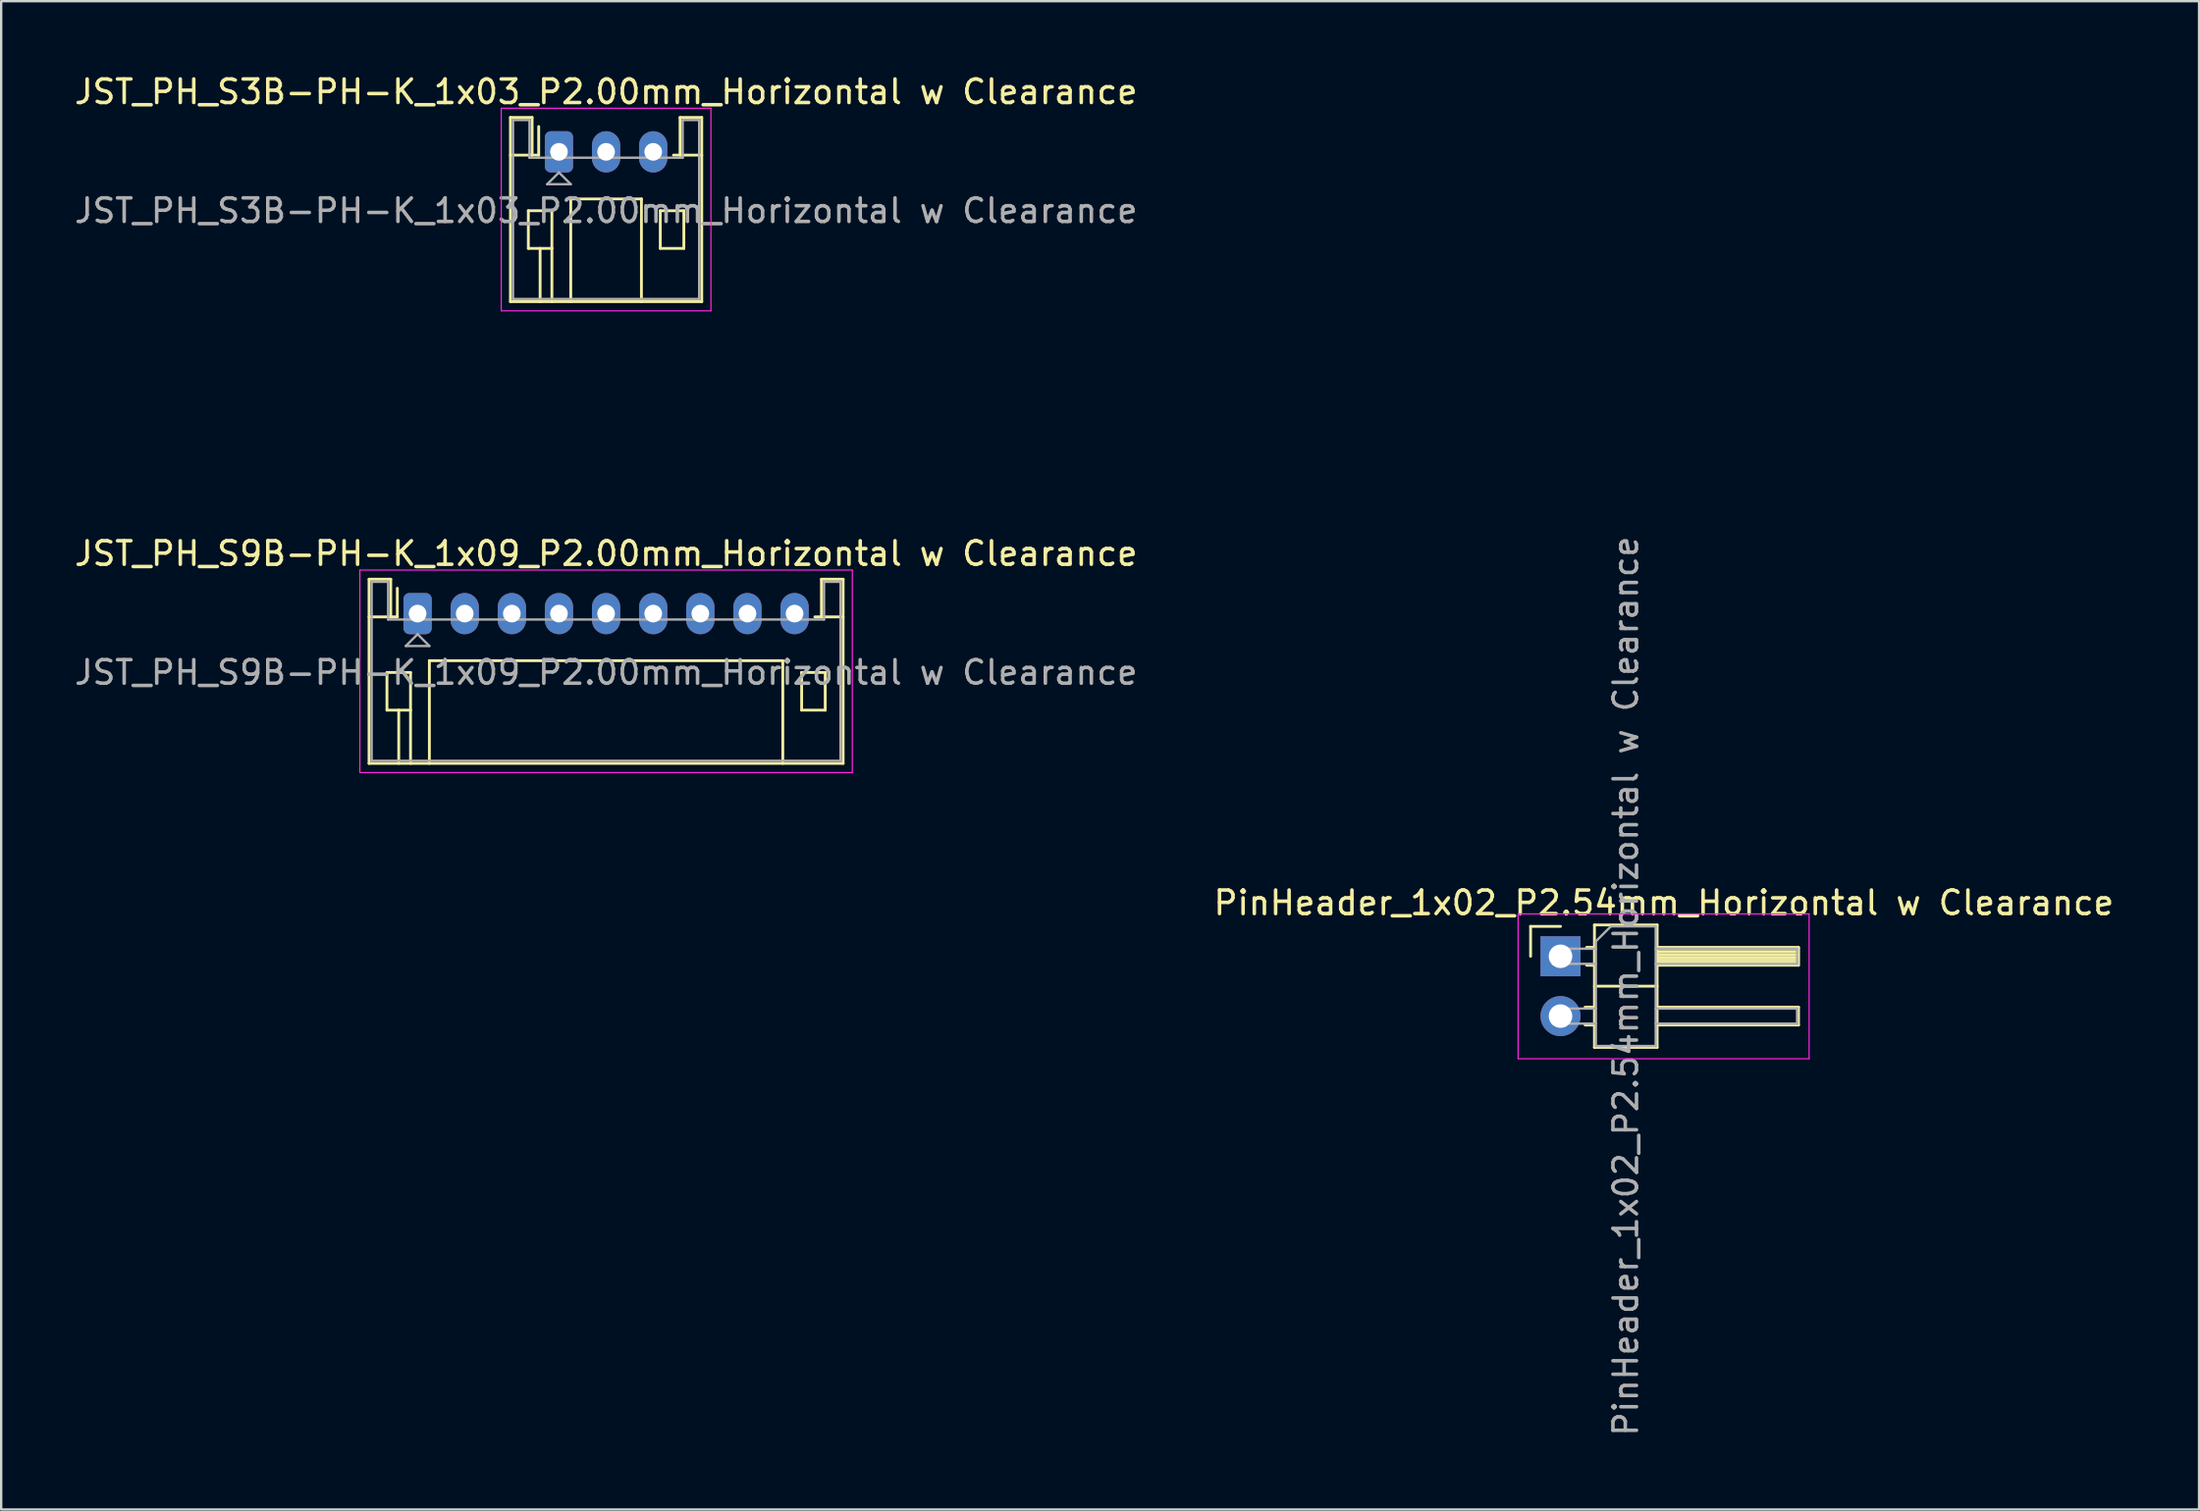
<source format=kicad_pcb>
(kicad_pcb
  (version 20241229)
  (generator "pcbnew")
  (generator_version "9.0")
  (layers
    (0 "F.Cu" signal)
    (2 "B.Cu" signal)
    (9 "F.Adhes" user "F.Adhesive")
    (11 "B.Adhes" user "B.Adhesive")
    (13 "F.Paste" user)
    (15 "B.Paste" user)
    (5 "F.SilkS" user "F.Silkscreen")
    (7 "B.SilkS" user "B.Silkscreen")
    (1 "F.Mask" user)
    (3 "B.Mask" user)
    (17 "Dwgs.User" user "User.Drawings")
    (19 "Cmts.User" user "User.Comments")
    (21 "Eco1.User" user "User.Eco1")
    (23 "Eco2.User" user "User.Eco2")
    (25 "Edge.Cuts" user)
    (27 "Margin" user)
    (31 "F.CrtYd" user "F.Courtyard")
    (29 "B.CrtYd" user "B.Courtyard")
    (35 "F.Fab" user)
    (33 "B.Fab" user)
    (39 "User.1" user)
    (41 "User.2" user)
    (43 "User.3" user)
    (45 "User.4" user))
  (footprint "JST_PH_S9B-PH-K_1x09_P2.00mm_Horizontal w Clearance"
    (layer "F.Cu")
    (at 14.673 23.006)
    (property "Reference" "JST_PH_S9B-PH-K_1x09_P2.00mm_Horizontal w Clearance" (at 8 -2.55 0) (layer "F.SilkS") (effects (font (size 1 1) (thickness 0.15))))
    (attr through_hole)
    (fp_line (start -2.06 -1.46) (end -2.06 6.36) (stroke (width 0.12) (type solid)) (layer "F.SilkS"))
    (fp_line (start -2.06 0.14) (end -1.14 0.14) (stroke (width 0.12) (type solid)) (layer "F.SilkS"))
    (fp_line (start -2.06 6.36) (end 18.06 6.36) (stroke (width 0.12) (type solid)) (layer "F.SilkS"))
    (fp_line (start -1.3 2.5) (end -1.3 4.1) (stroke (width 0.12) (type solid)) (layer "F.SilkS"))
    (fp_line (start -1.3 4.1) (end -0.3 4.1) (stroke (width 0.12) (type solid)) (layer "F.SilkS"))
    (fp_line (start -1.14 -1.46) (end -2.06 -1.46) (stroke (width 0.12) (type solid)) (layer "F.SilkS"))
    (fp_line (start -1.14 0.14) (end -1.14 -1.46) (stroke (width 0.12) (type solid)) (layer "F.SilkS"))
    (fp_line (start -0.86 0.14) (end -1.14 0.14) (stroke (width 0.12) (type solid)) (layer "F.SilkS"))
    (fp_line (start -0.86 0.14) (end -0.86 -1.075) (stroke (width 0.12) (type solid)) (layer "F.SilkS"))
    (fp_line (start -0.8 4.1) (end -0.8 6.36) (stroke (width 0.12) (type solid)) (layer "F.SilkS"))
    (fp_line (start -0.3 2.5) (end -1.3 2.5) (stroke (width 0.12) (type solid)) (layer "F.SilkS"))
    (fp_line (start -0.3 4.1) (end -0.3 2.5) (stroke (width 0.12) (type solid)) (layer "F.SilkS"))
    (fp_line (start -0.3 4.1) (end -0.3 6.36) (stroke (width 0.12) (type solid)) (layer "F.SilkS"))
    (fp_line (start 0.5 2) (end 15.5 2) (stroke (width 0.12) (type solid)) (layer "F.SilkS"))
    (fp_line (start 0.5 6.36) (end 0.5 2) (stroke (width 0.12) (type solid)) (layer "F.SilkS"))
    (fp_line (start 15.5 2) (end 15.5 6.36) (stroke (width 0.12) (type solid)) (layer "F.SilkS"))
    (fp_line (start 16.3 2.5) (end 17.3 2.5) (stroke (width 0.12) (type solid)) (layer "F.SilkS"))
    (fp_line (start 16.3 4.1) (end 16.3 2.5) (stroke (width 0.12) (type solid)) (layer "F.SilkS"))
    (fp_line (start 17.14 -1.46) (end 17.14 0.14) (stroke (width 0.12) (type solid)) (layer "F.SilkS"))
    (fp_line (start 17.14 0.14) (end 16.86 0.14) (stroke (width 0.12) (type solid)) (layer "F.SilkS"))
    (fp_line (start 17.3 2.5) (end 17.3 4.1) (stroke (width 0.12) (type solid)) (layer "F.SilkS"))
    (fp_line (start 17.3 4.1) (end 16.3 4.1) (stroke (width 0.12) (type solid)) (layer "F.SilkS"))
    (fp_line (start 18.06 -1.46) (end 17.14 -1.46) (stroke (width 0.12) (type solid)) (layer "F.SilkS"))
    (fp_line (start 18.06 0.14) (end 17.14 0.14) (stroke (width 0.12) (type solid)) (layer "F.SilkS"))
    (fp_line (start 18.06 6.36) (end 18.06 -1.46) (stroke (width 0.12) (type solid)) (layer "F.SilkS"))
    (fp_line (start -2.45 -1.85) (end -2.45 6.75) (stroke (width 0.05) (type solid)) (layer "F.CrtYd"))
    (fp_line (start -2.45 6.75) (end 18.45 6.75) (stroke (width 0.05) (type solid)) (layer "F.CrtYd"))
    (fp_line (start 18.45 -1.85) (end -2.45 -1.85) (stroke (width 0.05) (type solid)) (layer "F.CrtYd"))
    (fp_line (start 18.45 6.75) (end 18.45 -1.85) (stroke (width 0.05) (type solid)) (layer "F.CrtYd"))
    (fp_line (start -1.95 -1.35) (end -1.95 6.25) (stroke (width 0.1) (type solid)) (layer "F.Fab"))
    (fp_line (start -1.95 6.25) (end 17.95 6.25) (stroke (width 0.1) (type solid)) (layer "F.Fab"))
    (fp_line (start -1.25 -1.35) (end -1.95 -1.35) (stroke (width 0.1) (type solid)) (layer "F.Fab"))
    (fp_line (start -1.25 0.25) (end -1.25 -1.35) (stroke (width 0.1) (type solid)) (layer "F.Fab"))
    (fp_line (start -0.5 1.375) (end 0.5 1.375) (stroke (width 0.1) (type solid)) (layer "F.Fab"))
    (fp_line (start 0 0.875) (end -0.5 1.375) (stroke (width 0.1) (type solid)) (layer "F.Fab"))
    (fp_line (start 0.5 1.375) (end 0 0.875) (stroke (width 0.1) (type solid)) (layer "F.Fab"))
    (fp_line (start 17.25 -1.35) (end 17.25 0.25) (stroke (width 0.1) (type solid)) (layer "F.Fab"))
    (fp_line (start 17.25 0.25) (end -1.25 0.25) (stroke (width 0.1) (type solid)) (layer "F.Fab"))
    (fp_line (start 17.95 -1.35) (end 17.25 -1.35) (stroke (width 0.1) (type solid)) (layer "F.Fab"))
    (fp_line (start 17.95 6.25) (end 17.95 -1.35) (stroke (width 0.1) (type solid)) (layer "F.Fab"))
    (fp_text user "${REFERENCE}" (at 8 2.5 0) (layer "F.Fab") (effects (font (size 1 1) (thickness 0.15))))
    (pad "1" thru_hole roundrect (at 0 0) (size 1.2 1.75) (drill 0.75) (layers "*.Cu" "*.Mask") (roundrect_rratio 0.208))
    (pad "2" thru_hole oval (at 2 0) (size 1.2 1.75) (drill 0.75) (layers "*.Cu" "*.Mask"))
    (pad "3" thru_hole oval (at 4 0) (size 1.2 1.75) (drill 0.75) (layers "*.Cu" "*.Mask"))
    (pad "4" thru_hole oval (at 6 0) (size 1.2 1.75) (drill 0.75) (layers "*.Cu" "*.Mask"))
    (pad "5" thru_hole oval (at 8 0) (size 1.2 1.75) (drill 0.75) (layers "*.Cu" "*.Mask"))
    (pad "6" thru_hole oval (at 10 0) (size 1.2 1.75) (drill 0.75) (layers "*.Cu" "*.Mask"))
    (pad "7" thru_hole oval (at 12 0) (size 1.2 1.75) (drill 0.75) (layers "*.Cu" "*.Mask"))
    (pad "8" thru_hole oval (at 14 0) (size 1.2 1.75) (drill 0.75) (layers "*.Cu" "*.Mask"))
    (pad "9" thru_hole oval (at 16 0) (size 1.2 1.75) (drill 0.75) (layers "*.Cu" "*.Mask"))
    (zone (net_name "") (layers "F.Cu" "F.SilkS") (name "Socket Clearance") (hatch full 0.5) (connect_pads) (min_thickness 0.25) (filled_areas_thickness no) (keepout (tracks allowed) (vias allowed) (pads allowed) (copperpour allowed) (footprints not_allowed)) (placement (enabled no)) (fill) (polygon (pts (xy 12.613 29.366) (xy 12.613 36.217) (xy 32.733 36.217) (xy 32.733 29.366)))))
  (footprint "JST_PH_S3B-PH-K_1x03_P2.00mm_Horizontal w Clearance"
    (layer "F.Cu")
    (at 20.673 3.398)
    (property "Reference" "JST_PH_S3B-PH-K_1x03_P2.00mm_Horizontal w Clearance" (at 2 -2.55 0) (layer "F.SilkS") (effects (font (size 1 1) (thickness 0.15))))
    (attr through_hole)
    (fp_line (start -2.06 -1.46) (end -2.06 6.36) (stroke (width 0.12) (type solid)) (layer "F.SilkS"))
    (fp_line (start -2.06 0.14) (end -1.14 0.14) (stroke (width 0.12) (type solid)) (layer "F.SilkS"))
    (fp_line (start -2.06 6.36) (end 6.06 6.36) (stroke (width 0.12) (type solid)) (layer "F.SilkS"))
    (fp_line (start -1.3 2.5) (end -1.3 4.1) (stroke (width 0.12) (type solid)) (layer "F.SilkS"))
    (fp_line (start -1.3 4.1) (end -0.3 4.1) (stroke (width 0.12) (type solid)) (layer "F.SilkS"))
    (fp_line (start -1.14 -1.46) (end -2.06 -1.46) (stroke (width 0.12) (type solid)) (layer "F.SilkS"))
    (fp_line (start -1.14 0.14) (end -1.14 -1.46) (stroke (width 0.12) (type solid)) (layer "F.SilkS"))
    (fp_line (start -0.86 0.14) (end -1.14 0.14) (stroke (width 0.12) (type solid)) (layer "F.SilkS"))
    (fp_line (start -0.86 0.14) (end -0.86 -1.075) (stroke (width 0.12) (type solid)) (layer "F.SilkS"))
    (fp_line (start -0.8 4.1) (end -0.8 6.36) (stroke (width 0.12) (type solid)) (layer "F.SilkS"))
    (fp_line (start -0.3 2.5) (end -1.3 2.5) (stroke (width 0.12) (type solid)) (layer "F.SilkS"))
    (fp_line (start -0.3 4.1) (end -0.3 2.5) (stroke (width 0.12) (type solid)) (layer "F.SilkS"))
    (fp_line (start -0.3 4.1) (end -0.3 6.36) (stroke (width 0.12) (type solid)) (layer "F.SilkS"))
    (fp_line (start 0.5 2) (end 3.5 2) (stroke (width 0.12) (type solid)) (layer "F.SilkS"))
    (fp_line (start 0.5 6.36) (end 0.5 2) (stroke (width 0.12) (type solid)) (layer "F.SilkS"))
    (fp_line (start 3.5 2) (end 3.5 6.36) (stroke (width 0.12) (type solid)) (layer "F.SilkS"))
    (fp_line (start 4.3 2.5) (end 5.3 2.5) (stroke (width 0.12) (type solid)) (layer "F.SilkS"))
    (fp_line (start 4.3 4.1) (end 4.3 2.5) (stroke (width 0.12) (type solid)) (layer "F.SilkS"))
    (fp_line (start 5.14 -1.46) (end 5.14 0.14) (stroke (width 0.12) (type solid)) (layer "F.SilkS"))
    (fp_line (start 5.14 0.14) (end 4.86 0.14) (stroke (width 0.12) (type solid)) (layer "F.SilkS"))
    (fp_line (start 5.3 2.5) (end 5.3 4.1) (stroke (width 0.12) (type solid)) (layer "F.SilkS"))
    (fp_line (start 5.3 4.1) (end 4.3 4.1) (stroke (width 0.12) (type solid)) (layer "F.SilkS"))
    (fp_line (start 6.06 -1.46) (end 5.14 -1.46) (stroke (width 0.12) (type solid)) (layer "F.SilkS"))
    (fp_line (start 6.06 0.14) (end 5.14 0.14) (stroke (width 0.12) (type solid)) (layer "F.SilkS"))
    (fp_line (start 6.06 6.36) (end 6.06 -1.46) (stroke (width 0.12) (type solid)) (layer "F.SilkS"))
    (fp_line (start -2.45 -1.85) (end -2.45 6.75) (stroke (width 0.05) (type solid)) (layer "F.CrtYd"))
    (fp_line (start -2.45 6.75) (end 6.45 6.75) (stroke (width 0.05) (type solid)) (layer "F.CrtYd"))
    (fp_line (start 6.45 -1.85) (end -2.45 -1.85) (stroke (width 0.05) (type solid)) (layer "F.CrtYd"))
    (fp_line (start 6.45 6.75) (end 6.45 -1.85) (stroke (width 0.05) (type solid)) (layer "F.CrtYd"))
    (fp_line (start -1.95 -1.35) (end -1.95 6.25) (stroke (width 0.1) (type solid)) (layer "F.Fab"))
    (fp_line (start -1.95 6.25) (end 5.95 6.25) (stroke (width 0.1) (type solid)) (layer "F.Fab"))
    (fp_line (start -1.25 -1.35) (end -1.95 -1.35) (stroke (width 0.1) (type solid)) (layer "F.Fab"))
    (fp_line (start -1.25 0.25) (end -1.25 -1.35) (stroke (width 0.1) (type solid)) (layer "F.Fab"))
    (fp_line (start -0.5 1.375) (end 0.5 1.375) (stroke (width 0.1) (type solid)) (layer "F.Fab"))
    (fp_line (start 0 0.875) (end -0.5 1.375) (stroke (width 0.1) (type solid)) (layer "F.Fab"))
    (fp_line (start 0.5 1.375) (end 0 0.875) (stroke (width 0.1) (type solid)) (layer "F.Fab"))
    (fp_line (start 5.25 -1.35) (end 5.25 0.25) (stroke (width 0.1) (type solid)) (layer "F.Fab"))
    (fp_line (start 5.25 0.25) (end -1.25 0.25) (stroke (width 0.1) (type solid)) (layer "F.Fab"))
    (fp_line (start 5.95 -1.35) (end 5.25 -1.35) (stroke (width 0.1) (type solid)) (layer "F.Fab"))
    (fp_line (start 5.95 6.25) (end 5.95 -1.35) (stroke (width 0.1) (type solid)) (layer "F.Fab"))
    (fp_text user "${REFERENCE}" (at 2 2.5 0) (layer "F.Fab") (effects (font (size 1 1) (thickness 0.15))))
    (pad "1" thru_hole roundrect (at 0 0) (size 1.2 1.75) (drill 0.75) (layers "*.Cu" "*.Mask") (roundrect_rratio 0.208))
    (pad "2" thru_hole oval (at 2 0) (size 1.2 1.75) (drill 0.75) (layers "*.Cu" "*.Mask"))
    (pad "3" thru_hole oval (at 4 0) (size 1.2 1.75) (drill 0.75) (layers "*.Cu" "*.Mask"))
    (zone (net_name "") (layers "F.Cu" "F.SilkS") (name "Socket Clearance") (hatch full 0.5) (connect_pads) (min_thickness 0.25) (filled_areas_thickness no) (keepout (tracks allowed) (vias allowed) (pads allowed) (copperpour allowed) (footprints not_allowed)) (placement (enabled no)) (fill) (polygon (pts (xy 18.603 9.758) (xy 26.733 9.758) (xy 26.733 16.608) (xy 18.603 16.608)))))
  (footprint "PinHeader_1x02_P2.54mm_Horizontal w Clearance"
    (layer "F.Cu")
    (at 63.18 37.558)
    (property "Reference" "PinHeader_1x02_P2.54mm_Horizontal w Clearance" (at 4.385 -2.27 0) (layer "F.SilkS") (effects (font (size 1 1) (thickness 0.15))))
    (attr through_hole)
    (fp_line (start -1.27 -1.27) (end 0 -1.27) (stroke (width 0.12) (type solid)) (layer "F.SilkS"))
    (fp_line (start -1.27 0) (end -1.27 -1.27) (stroke (width 0.12) (type solid)) (layer "F.SilkS"))
    (fp_line (start 1.043 2.16) (end 1.44 2.16) (stroke (width 0.12) (type solid)) (layer "F.SilkS"))
    (fp_line (start 1.043 2.92) (end 1.44 2.92) (stroke (width 0.12) (type solid)) (layer "F.SilkS"))
    (fp_line (start 1.11 -0.38) (end 1.44 -0.38) (stroke (width 0.12) (type solid)) (layer "F.SilkS"))
    (fp_line (start 1.11 0.38) (end 1.44 0.38) (stroke (width 0.12) (type solid)) (layer "F.SilkS"))
    (fp_line (start 1.44 -1.33) (end 1.44 3.87) (stroke (width 0.12) (type solid)) (layer "F.SilkS"))
    (fp_line (start 1.44 1.27) (end 4.1 1.27) (stroke (width 0.12) (type solid)) (layer "F.SilkS"))
    (fp_line (start 1.44 3.87) (end 4.1 3.87) (stroke (width 0.12) (type solid)) (layer "F.SilkS"))
    (fp_line (start 4.1 -1.33) (end 1.44 -1.33) (stroke (width 0.12) (type solid)) (layer "F.SilkS"))
    (fp_line (start 4.1 -0.38) (end 10.1 -0.38) (stroke (width 0.12) (type solid)) (layer "F.SilkS"))
    (fp_line (start 4.1 -0.32) (end 10.1 -0.32) (stroke (width 0.12) (type solid)) (layer "F.SilkS"))
    (fp_line (start 4.1 -0.2) (end 10.1 -0.2) (stroke (width 0.12) (type solid)) (layer "F.SilkS"))
    (fp_line (start 4.1 -0.08) (end 10.1 -0.08) (stroke (width 0.12) (type solid)) (layer "F.SilkS"))
    (fp_line (start 4.1 0.04) (end 10.1 0.04) (stroke (width 0.12) (type solid)) (layer "F.SilkS"))
    (fp_line (start 4.1 0.16) (end 10.1 0.16) (stroke (width 0.12) (type solid)) (layer "F.SilkS"))
    (fp_line (start 4.1 0.28) (end 10.1 0.28) (stroke (width 0.12) (type solid)) (layer "F.SilkS"))
    (fp_line (start 4.1 2.16) (end 10.1 2.16) (stroke (width 0.12) (type solid)) (layer "F.SilkS"))
    (fp_line (start 4.1 3.87) (end 4.1 -1.33) (stroke (width 0.12) (type solid)) (layer "F.SilkS"))
    (fp_line (start 10.1 -0.38) (end 10.1 0.38) (stroke (width 0.12) (type solid)) (layer "F.SilkS"))
    (fp_line (start 10.1 0.38) (end 4.1 0.38) (stroke (width 0.12) (type solid)) (layer "F.SilkS"))
    (fp_line (start 10.1 2.16) (end 10.1 2.92) (stroke (width 0.12) (type solid)) (layer "F.SilkS"))
    (fp_line (start 10.1 2.92) (end 4.1 2.92) (stroke (width 0.12) (type solid)) (layer "F.SilkS"))
    (fp_line (start -1.8 -1.8) (end -1.8 4.35) (stroke (width 0.05) (type solid)) (layer "F.CrtYd"))
    (fp_line (start -1.8 4.35) (end 10.55 4.35) (stroke (width 0.05) (type solid)) (layer "F.CrtYd"))
    (fp_line (start 10.55 -1.8) (end -1.8 -1.8) (stroke (width 0.05) (type solid)) (layer "F.CrtYd"))
    (fp_line (start 10.55 4.35) (end 10.55 -1.8) (stroke (width 0.05) (type solid)) (layer "F.CrtYd"))
    (fp_line (start -0.32 -0.32) (end -0.32 0.32) (stroke (width 0.1) (type solid)) (layer "F.Fab"))
    (fp_line (start -0.32 -0.32) (end 1.5 -0.32) (stroke (width 0.1) (type solid)) (layer "F.Fab"))
    (fp_line (start -0.32 0.32) (end 1.5 0.32) (stroke (width 0.1) (type solid)) (layer "F.Fab"))
    (fp_line (start -0.32 2.22) (end -0.32 2.86) (stroke (width 0.1) (type solid)) (layer "F.Fab"))
    (fp_line (start -0.32 2.22) (end 1.5 2.22) (stroke (width 0.1) (type solid)) (layer "F.Fab"))
    (fp_line (start -0.32 2.86) (end 1.5 2.86) (stroke (width 0.1) (type solid)) (layer "F.Fab"))
    (fp_line (start 1.5 -0.635) (end 2.135 -1.27) (stroke (width 0.1) (type solid)) (layer "F.Fab"))
    (fp_line (start 1.5 3.81) (end 1.5 -0.635) (stroke (width 0.1) (type solid)) (layer "F.Fab"))
    (fp_line (start 2.135 -1.27) (end 4.04 -1.27) (stroke (width 0.1) (type solid)) (layer "F.Fab"))
    (fp_line (start 4.04 -1.27) (end 4.04 3.81) (stroke (width 0.1) (type solid)) (layer "F.Fab"))
    (fp_line (start 4.04 -0.32) (end 10.04 -0.32) (stroke (width 0.1) (type solid)) (layer "F.Fab"))
    (fp_line (start 4.04 0.32) (end 10.04 0.32) (stroke (width 0.1) (type solid)) (layer "F.Fab"))
    (fp_line (start 4.04 2.22) (end 10.04 2.22) (stroke (width 0.1) (type solid)) (layer "F.Fab"))
    (fp_line (start 4.04 2.86) (end 10.04 2.86) (stroke (width 0.1) (type solid)) (layer "F.Fab"))
    (fp_line (start 4.04 3.81) (end 1.5 3.81) (stroke (width 0.1) (type solid)) (layer "F.Fab"))
    (fp_line (start 10.04 -0.32) (end 10.04 0.32) (stroke (width 0.1) (type solid)) (layer "F.Fab"))
    (fp_line (start 10.04 2.22) (end 10.04 2.86) (stroke (width 0.1) (type solid)) (layer "F.Fab"))
    (fp_text user "${REFERENCE}" (at 2.77 1.27 90) (layer "F.Fab") (effects (font (size 1 1) (thickness 0.15))))
    (pad "1" thru_hole rect (at 0 0) (size 1.7 1.7) (drill 1) (layers "*.Cu" "*.Mask"))
    (pad "2" thru_hole oval (at 0 2.54) (size 1.7 1.7) (drill 1) (layers "*.Cu" "*.Mask"))
    (zone (net_name "") (layer "F.SilkS") (name "Socket Clearance") (hatch full 0.5) (connect_pads) (min_thickness 0.25) (filled_areas_thickness no) (keepout (tracks allowed) (vias allowed) (pads allowed) (copperpour allowed) (footprints not_allowed)) (placement (enabled no)) (fill) (polygon (pts (xy 73.28 36.288) (xy 87.28 36.288) (xy 87.28 41.428) (xy 73.28 41.428)))))
  (gr_rect
    (start -3 -3)
    (end 90.28 61.049)
    (stroke (width 0.1) (type default))
    (fill no)
    (layer "Edge.Cuts")))
</source>
